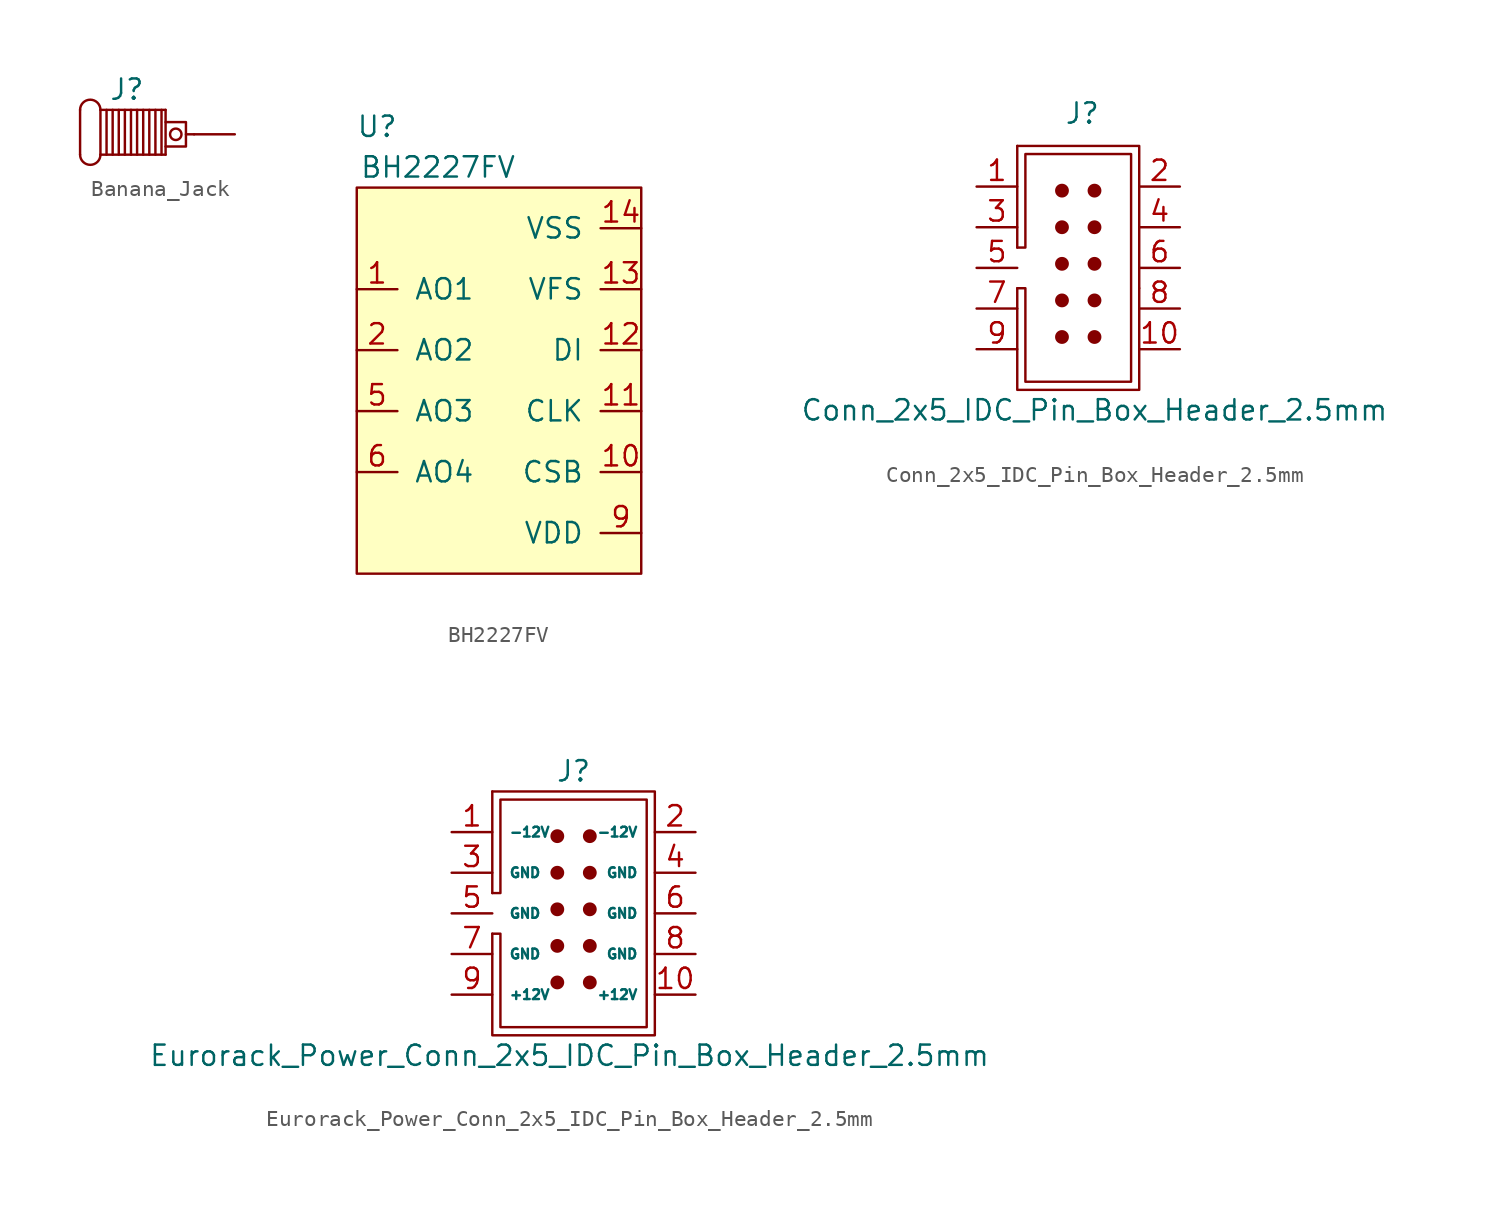
<source format=kicad_sym>
(kicad_symbol_lib
  (version 20211014)
  (generator kicad_symbol_editor)
  (symbol "Banana_Jack"
    (pin_numbers hide)
    (pin_names
      (offset 0))
    (property "Reference" "J"
      (at -0.381 2.794 0)
      (effects (font (size 1.27 1.27))))
    (symbol "Banana_Jack_0_1"
      (arc (start -3.302 -1.27) (mid -2.667 -1.905) (end -2.032 -1.27) (stroke (width 0) (type default) (color 0 0 0 0)) (fill (type none)))
      (arc (start -2.032 1.524) (mid -2.667 2.159) (end -3.302 1.524) (stroke (width 0) (type default) (color 0 0 0 0)) (fill (type none)))
      (polyline (pts (xy -3.302 -1.27) (xy -3.302 1.524)) (stroke (width 0) (type default) (color 0 0 0 0)) (fill (type none)))
      (polyline (pts (xy -2.032 -1.27) (xy -2.032 1.524)) (stroke (width 0) (type default) (color 0 0 0 0)) (fill (type none)))
      (polyline (pts (xy -2.032 -1.27) (xy 2.032 -1.27)) (stroke (width 0) (type default) (color 0 0 0 0)) (fill (type none)))
      (polyline (pts (xy -2.032 1.524) (xy 2.032 1.524)) (stroke (width 0) (type default) (color 0 0 0 0)) (fill (type none)))
      (polyline (pts (xy -1.651 1.524) (xy -1.651 -1.27)) (stroke (width 0) (type default) (color 0 0 0 0)) (fill (type none)))
      (polyline (pts (xy -1.27 1.524) (xy -1.27 -1.27)) (stroke (width 0) (type default) (color 0 0 0 0)) (fill (type none)))
      (polyline (pts (xy -0.889 1.524) (xy -0.889 -1.27)) (stroke (width 0) (type default) (color 0 0 0 0)) (fill (type none)))
      (polyline (pts (xy -0.508 1.524) (xy -0.508 -1.27)) (stroke (width 0) (type default) (color 0 0 0 0)) (fill (type none)))
      (polyline (pts (xy -0.127 1.524) (xy -0.127 -1.27)) (stroke (width 0) (type default) (color 0 0 0 0)) (fill (type none)))
      (polyline (pts (xy 0.254 -1.27) (xy 0.254 1.524)) (stroke (width 0) (type default) (color 0 0 0 0)) (fill (type none)))
      (polyline (pts (xy 0.635 1.524) (xy 0.635 -1.27)) (stroke (width 0) (type default) (color 0 0 0 0)) (fill (type none)))
      (polyline (pts (xy 1.016 -1.27) (xy 1.016 1.524)) (stroke (width 0) (type default) (color 0 0 0 0)) (fill (type none)))
      (polyline (pts (xy 1.397 1.524) (xy 1.397 -1.27)) (stroke (width 0) (type default) (color 0 0 0 0)) (fill (type none)))
      (polyline (pts (xy 1.778 1.524) (xy 1.778 -1.27)) (stroke (width 0) (type default) (color 0 0 0 0)) (fill (type none)))
      (polyline (pts (xy 2.032 1.524) (xy 2.032 -1.27)) (stroke (width 0) (type default) (color 0 0 0 0)) (fill (type none)))
      (polyline (pts (xy 3.302 0) (xy 3.81 0)) (stroke (width 0) (type default) (color 0 0 0 0)) (fill (type none)))
      (polyline (pts (xy 2.032 0.762) (xy 3.302 0.762) (xy 3.302 -0.762) (xy 2.032 -0.762)) (stroke (width 0) (type default) (color 0 0 0 0)) (fill (type none)))
      (circle (center 2.667 0) (radius 0.356) (stroke (width 0) (type default) (color 0 0 0 0)) (fill (type none))))
    (symbol "Banana_Jack_1_1"
      (pin passive line (at 6.35 0 180) (length 2.54) (name "~" (effects (font (size 0.61 0.61)))) (number "~" (effects (font (size 1.27 1.27)))))))
  (symbol "BH2227FV"
    (pin_names
      (offset 1.016))
    (property "Reference" "U"
      (at -7.62 15.24 0)
      (effects (font (size 1.27 1.27))))
    (property "Value" "BH2227FV"
      (at -3.81 12.7 0)
      (effects (font (size 1.27 1.27))))
    (symbol "BH2227FV_0_1"
      (rectangle (start -8.89 11.43) (end 8.89 -12.7) (stroke (width 0) (type default) (color 0 0 0 0)) (fill (type background))))
    (symbol "BH2227FV_1_1"
      (pin output line (at -8.89 5.08 0) (length 2.54) (name "AO1" (effects (font (size 1.27 1.27)))) (number "1" (effects (font (size 1.27 1.27)))))
      (pin input line (at 8.89 -6.35 180) (length 2.54) (name "CSB" (effects (font (size 1.27 1.27)))) (number "10" (effects (font (size 1.27 1.27)))))
      (pin input line (at 8.89 -2.54 180) (length 2.54) (name "CLK" (effects (font (size 1.27 1.27)))) (number "11" (effects (font (size 1.27 1.27)))))
      (pin input line (at 8.89 1.27 180) (length 2.54) (name "DI" (effects (font (size 1.27 1.27)))) (number "12" (effects (font (size 1.27 1.27)))))
      (pin input line (at 8.89 5.08 180) (length 2.54) (name "VFS" (effects (font (size 1.27 1.27)))) (number "13" (effects (font (size 1.27 1.27)))))
      (pin input line (at 8.89 8.89 180) (length 2.54) (name "VSS" (effects (font (size 1.27 1.27)))) (number "14" (effects (font (size 1.27 1.27)))))
      (pin output line (at -8.89 1.27 0) (length 2.54) (name "AO2" (effects (font (size 1.27 1.27)))) (number "2" (effects (font (size 1.27 1.27)))))
      (pin output line (at -8.89 -2.54 0) (length 2.54) (name "AO3" (effects (font (size 1.27 1.27)))) (number "5" (effects (font (size 1.27 1.27)))))
      (pin output line (at -8.89 -6.35 0) (length 2.54) (name "AO4" (effects (font (size 1.27 1.27)))) (number "6" (effects (font (size 1.27 1.27)))))
      (pin input line (at 8.89 -10.16 180) (length 2.54) (name "VDD" (effects (font (size 1.27 1.27)))) (number "9" (effects (font (size 1.27 1.27)))))))
  (symbol "Conn_2x5_IDC_Pin_Box_Header_2.5mm"
    (pin_names
      (offset 1.016) hide)
    (property "Reference" "J"
      (at 0.254 9.652 0)
      (effects (font (size 1.27 1.27))))
    (property "Value" "Conn_2x5_IDC_Pin_Box_Header_2.5mm"
      (at 1.016 -8.89 0)
      (effects (font (size 1.27 1.27))))
    (symbol "Conn_2x5_IDC_Pin_Box_Header_2.5mm_0_1"
      (circle (center -1.016 4.826) (radius 0.356) (stroke (width 0) (type default) (color 0 0 0 0)) (fill (type outline)))
      (polyline (pts (xy -3.81 7.62) (xy -3.81 1.27)) (stroke (width 0) (type default) (color 0 0 0 0)) (fill (type none)))
      (polyline (pts (xy 3.81 -1.27) (xy 3.81 7.62) (xy -3.81 7.62)) (stroke (width 0) (type default) (color 0 0 0 0)) (fill (type none)))
      (polyline (pts (xy -3.81 -1.27) (xy -3.81 -7.62) (xy 3.81 -7.62) (xy 3.81 -1.27)) (stroke (width 0) (type default) (color 0 0 0 0)) (fill (type none)))
      (polyline (pts (xy -3.81 1.27) (xy -3.302 1.27) (xy -3.302 7.112) (xy 3.302 7.112) (xy 3.302 -7.112) (xy -3.302 -7.112) (xy -3.302 -1.27) (xy -3.81 -1.27)) (stroke (width 0) (type default) (color 0 0 0 0)) (fill (type none))))
    (symbol "Conn_2x5_IDC_Pin_Box_Header_2.5mm_1_1"
      (circle (center -1.016 -4.318) (radius 0.356) (stroke (width 0) (type default) (color 0 0 0 0)) (fill (type outline)))
      (circle (center -1.016 -2.032) (radius 0.356) (stroke (width 0) (type default) (color 0 0 0 0)) (fill (type outline)))
      (circle (center -1.016 0.254) (radius 0.356) (stroke (width 0) (type default) (color 0 0 0 0)) (fill (type outline)))
      (circle (center -1.016 2.54) (radius 0.356) (stroke (width 0) (type default) (color 0 0 0 0)) (fill (type outline)))
      (circle (center 1.016 -4.318) (radius 0.356) (stroke (width 0) (type default) (color 0 0 0 0)) (fill (type outline)))
      (circle (center 1.016 -2.032) (radius 0.356) (stroke (width 0) (type default) (color 0 0 0 0)) (fill (type outline)))
      (circle (center 1.016 0.254) (radius 0.356) (stroke (width 0) (type default) (color 0 0 0 0)) (fill (type outline)))
      (circle (center 1.016 2.54) (radius 0.356) (stroke (width 0) (type default) (color 0 0 0 0)) (fill (type outline)))
      (circle (center 1.016 4.826) (radius 0.356) (stroke (width 0) (type default) (color 0 0 0 0)) (fill (type outline)))
      (pin passive line (at -6.35 5.08 0) (length 2.54) (name "~" (effects (font (size 0.61 0.61)))) (number "1" (effects (font (size 1.27 1.27)))))
      (pin passive line (at 6.35 -5.08 180) (length 2.54) (name "~" (effects (font (size 0.61 0.61)))) (number "10" (effects (font (size 1.27 1.27)))))
      (pin passive line (at 6.35 5.08 180) (length 2.54) (name "~" (effects (font (size 0.61 0.61)))) (number "2" (effects (font (size 1.27 1.27)))))
      (pin passive line (at -6.35 2.54 0) (length 2.54) (name "~" (effects (font (size 0.61 0.61)))) (number "3" (effects (font (size 1.27 1.27)))))
      (pin passive line (at 6.35 2.54 180) (length 2.54) (name "~" (effects (font (size 0.61 0.61)))) (number "4" (effects (font (size 1.27 1.27)))))
      (pin passive line (at -6.35 0 0) (length 2.54) (name "~" (effects (font (size 0.61 0.61)))) (number "5" (effects (font (size 1.27 1.27)))))
      (pin passive line (at 6.35 0 180) (length 2.54) (name "~" (effects (font (size 0.61 0.61)))) (number "6" (effects (font (size 1.27 1.27)))))
      (pin passive line (at -6.35 -2.54 0) (length 2.54) (name "~" (effects (font (size 0.61 0.61)))) (number "7" (effects (font (size 1.27 1.27)))))
      (pin passive line (at 6.35 -2.54 180) (length 2.54) (name "~" (effects (font (size 0.61 0.61)))) (number "8" (effects (font (size 1.27 1.27)))))
      (pin passive line (at -6.35 -5.08 0) (length 2.54) (name "~" (effects (font (size 0.61 0.61)))) (number "9" (effects (font (size 1.27 1.27)))))))
  (symbol "Eurorack_Power_Conn_2x5_IDC_Pin_Box_Header_2.5mm"
    (pin_names
      (offset 1.016))
    (property "Reference" "J"
      (at 0 8.89 0)
      (effects (font (size 1.27 1.27))))
    (property "Value" "Eurorack_Power_Conn_2x5_IDC_Pin_Box_Header_2.5mm"
      (at -0.254 -8.89 0)
      (effects (font (size 1.27 1.27))))
    (symbol "Eurorack_Power_Conn_2x5_IDC_Pin_Box_Header_2.5mm_0_1"
      (circle (center -1.016 4.826) (radius 0.356) (stroke (width 0) (type default) (color 0 0 0 0)) (fill (type outline)))
      (polyline (pts (xy -5.08 7.62) (xy -5.08 1.27)) (stroke (width 0) (type default) (color 0 0 0 0)) (fill (type none)))
      (polyline (pts (xy -5.08 -1.27) (xy -5.08 -7.62) (xy 5.08 -7.62) (xy 5.08 7.62) (xy -5.08 7.62)) (stroke (width 0) (type default) (color 0 0 0 0)) (fill (type none)))
      (polyline (pts (xy -5.08 1.27) (xy -4.572 1.27) (xy -4.572 7.112) (xy 4.572 7.112) (xy 4.572 -7.112) (xy -4.572 -7.112) (xy -4.572 -1.27) (xy -5.08 -1.27)) (stroke (width 0) (type default) (color 0 0 0 0)) (fill (type none))))
    (symbol "Eurorack_Power_Conn_2x5_IDC_Pin_Box_Header_2.5mm_1_1"
      (circle (center -1.016 -4.318) (radius 0.356) (stroke (width 0) (type default) (color 0 0 0 0)) (fill (type outline)))
      (circle (center -1.016 -2.032) (radius 0.356) (stroke (width 0) (type default) (color 0 0 0 0)) (fill (type outline)))
      (circle (center -1.016 0.254) (radius 0.356) (stroke (width 0) (type default) (color 0 0 0 0)) (fill (type outline)))
      (circle (center -1.016 2.54) (radius 0.356) (stroke (width 0) (type default) (color 0 0 0 0)) (fill (type outline)))
      (circle (center 1.016 -4.318) (radius 0.356) (stroke (width 0) (type default) (color 0 0 0 0)) (fill (type outline)))
      (circle (center 1.016 -2.032) (radius 0.356) (stroke (width 0) (type default) (color 0 0 0 0)) (fill (type outline)))
      (circle (center 1.016 0.254) (radius 0.356) (stroke (width 0) (type default) (color 0 0 0 0)) (fill (type outline)))
      (circle (center 1.016 2.54) (radius 0.356) (stroke (width 0) (type default) (color 0 0 0 0)) (fill (type outline)))
      (circle (center 1.016 4.826) (radius 0.356) (stroke (width 0) (type default) (color 0 0 0 0)) (fill (type outline)))
      (pin passive line (at -7.62 5.08 0) (length 2.54) (name "-12V" (effects (font (size 0.61 0.61)))) (number "1" (effects (font (size 1.27 1.27)))))
      (pin passive line (at 7.62 -5.08 180) (length 2.54) (name "+12V" (effects (font (size 0.61 0.61)))) (number "10" (effects (font (size 1.27 1.27)))))
      (pin passive line (at 7.62 5.08 180) (length 2.54) (name "-12V" (effects (font (size 0.61 0.61)))) (number "2" (effects (font (size 1.27 1.27)))))
      (pin passive line (at -7.62 2.54 0) (length 2.54) (name "GND" (effects (font (size 0.61 0.61)))) (number "3" (effects (font (size 1.27 1.27)))))
      (pin passive line (at 7.62 2.54 180) (length 2.54) (name "GND" (effects (font (size 0.61 0.61)))) (number "4" (effects (font (size 1.27 1.27)))))
      (pin passive line (at -7.62 0 0) (length 2.54) (name "GND" (effects (font (size 0.61 0.61)))) (number "5" (effects (font (size 1.27 1.27)))))
      (pin passive line (at 7.62 0 180) (length 2.54) (name "GND" (effects (font (size 0.61 0.61)))) (number "6" (effects (font (size 1.27 1.27)))))
      (pin passive line (at -7.62 -2.54 0) (length 2.54) (name "GND" (effects (font (size 0.61 0.61)))) (number "7" (effects (font (size 1.27 1.27)))))
      (pin passive line (at 7.62 -2.54 180) (length 2.54) (name "GND" (effects (font (size 0.61 0.61)))) (number "8" (effects (font (size 1.27 1.27)))))
      (pin passive line (at -7.62 -5.08 0) (length 2.54) (name "+12V" (effects (font (size 0.61 0.61)))) (number "9" (effects (font (size 1.27 1.27))))))))
</source>
